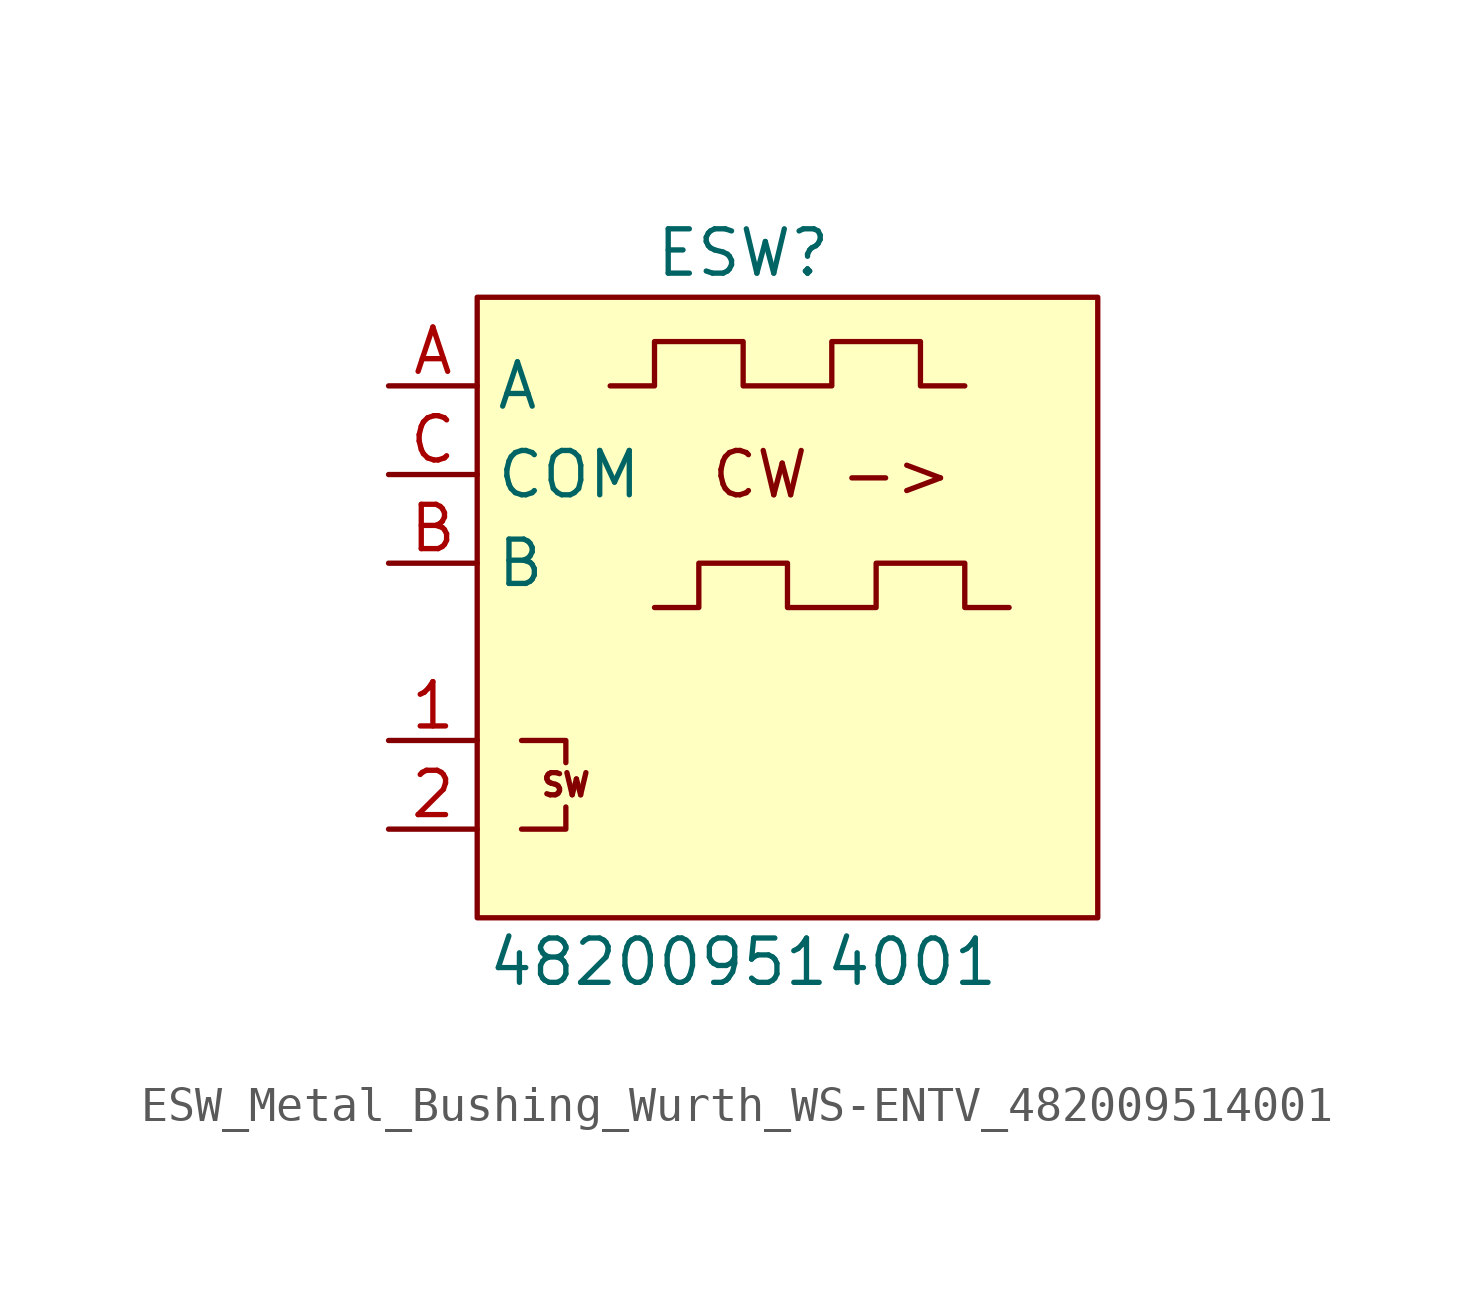
<source format=kicad_sym>
(kicad_symbol_lib
  (version 20220914)
  (generator kicad_symbol_editor)
  (symbol "ESW_Metal_Bushing_Wurth_WS-ENTV_482009514001"
    (property "Reference" "ESW"
      (at 0 11.43 0)
      (effects (font (size 1.27 1.27))))
    (property "Value" "482009514001"
      (at 0 -8.89 0)
      (effects (font (size 1.27 1.27))))
    (symbol "ESW_Metal_Bushing_Wurth_WS-ENTV_482009514001_0_1"
      (polyline (pts (xy -3.81 7.62) (xy -2.54 7.62) (xy -2.54 8.89) (xy 0 8.89) (xy 0 7.62) (xy 2.54 7.62) (xy 2.54 8.89) (xy 5.08 8.89) (xy 5.08 7.62) (xy 6.35 7.62)) (stroke (width 0) (type default)) (fill (type none)))
      (polyline (pts (xy -2.54 1.27) (xy -1.27 1.27) (xy -1.27 2.54) (xy 1.27 2.54) (xy 1.27 1.27) (xy 3.81 1.27) (xy 3.81 2.54) (xy 6.35 2.54) (xy 6.35 1.27) (xy 7.62 1.27)) (stroke (width 0) (type default)) (fill (type none))))
    (symbol "ESW_Metal_Bushing_Wurth_WS-ENTV_482009514001_1_1"
      (rectangle (start -7.62 10.16) (end 10.16 -7.62) (stroke (width 0) (type default)) (fill (type background)))
      (polyline (pts (xy -6.35 -5.08) (xy -5.08 -5.08) (xy -5.08 -4.445)) (stroke (width 0) (type default)) (fill (type none)))
      (polyline (pts (xy -6.35 -2.54) (xy -5.08 -2.54) (xy -5.08 -3.175)) (stroke (width 0) (type default)) (fill (type none)))
      (text "CW ->" (at 2.54 5.08 0) (effects (font (size 1.27 1.27))))
      (text "SW" (at -5.08 -3.81 0) (effects (font (size 0.635 0.635))))
      (pin passive line (at -10.16 -2.54 0) (length 2.54) (name "" (effects (font (size 1.27 1.27)))) (number "1" (effects (font (size 1.27 1.27)))))
      (pin passive line (at -10.16 -5.08 0) (length 2.54) (name "" (effects (font (size 1.27 1.27)))) (number "2" (effects (font (size 1.27 1.27)))))
      (pin passive line (at -10.16 7.62 0) (length 2.54) (name "A" (effects (font (size 1.27 1.27)))) (number "A" (effects (font (size 1.27 1.27)))))
      (pin passive line (at -10.16 2.54 0) (length 2.54) (name "B" (effects (font (size 1.27 1.27)))) (number "B" (effects (font (size 1.27 1.27)))))
      (pin passive line (at -10.16 5.08 0) (length 2.54) (name "COM" (effects (font (size 1.27 1.27)))) (number "C" (effects (font (size 1.27 1.27))))))))
</source>
